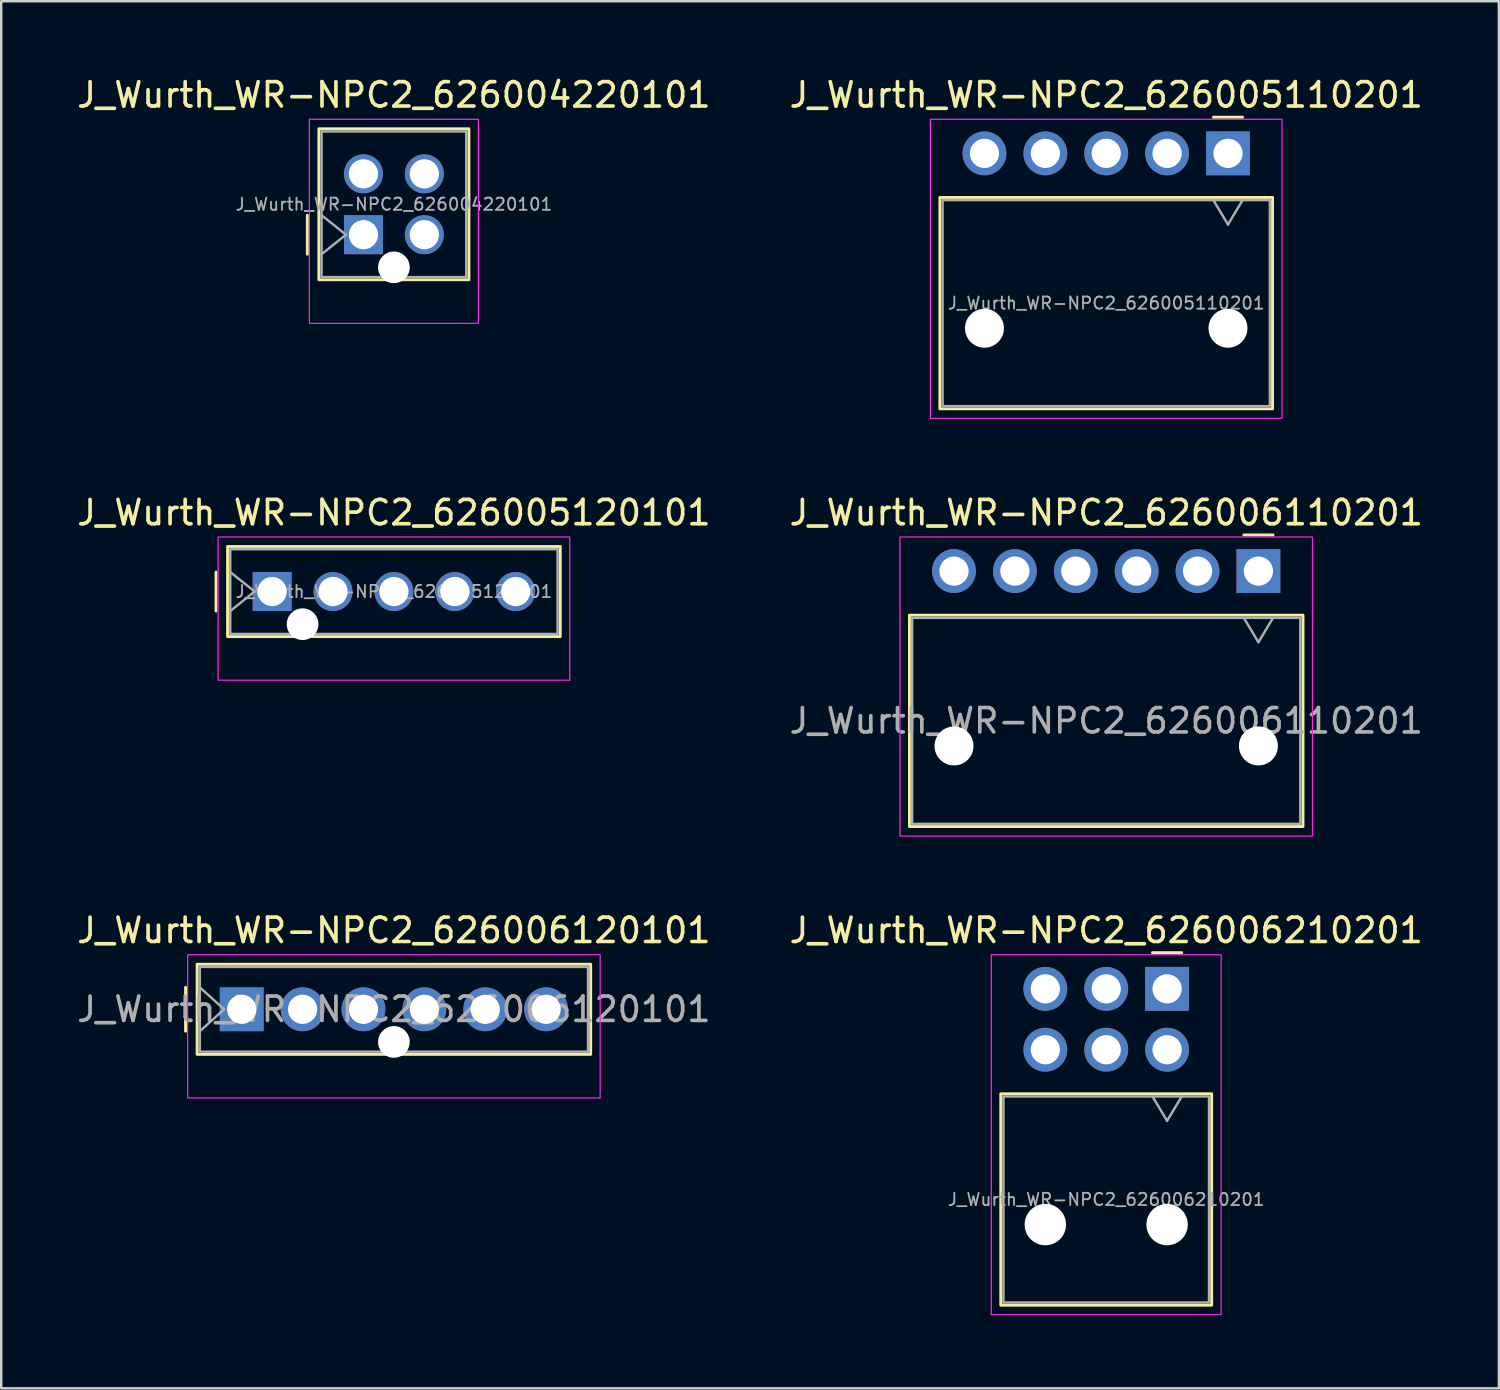
<source format=kicad_pcb>
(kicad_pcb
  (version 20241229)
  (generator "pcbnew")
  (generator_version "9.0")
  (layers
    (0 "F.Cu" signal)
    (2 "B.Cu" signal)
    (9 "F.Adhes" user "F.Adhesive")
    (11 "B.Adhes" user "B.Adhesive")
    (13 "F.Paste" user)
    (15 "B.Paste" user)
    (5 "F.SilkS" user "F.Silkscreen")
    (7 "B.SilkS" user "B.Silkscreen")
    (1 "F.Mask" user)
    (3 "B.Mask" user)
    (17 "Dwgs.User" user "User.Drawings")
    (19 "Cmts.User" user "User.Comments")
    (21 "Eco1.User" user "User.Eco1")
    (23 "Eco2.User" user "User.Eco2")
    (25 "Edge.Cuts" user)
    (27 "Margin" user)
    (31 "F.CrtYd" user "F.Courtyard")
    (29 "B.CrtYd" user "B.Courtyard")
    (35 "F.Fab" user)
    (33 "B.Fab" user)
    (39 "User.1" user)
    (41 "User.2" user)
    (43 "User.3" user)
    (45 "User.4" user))
  (footprint "J_Wurth_WR-NPC2_626006120101"
    (layer "F.Cu")
    (at 6.875 38.395)
    (property "Reference" "J_Wurth_WR-NPC2_626006120101" (at 6.25 -3.24 0) (unlocked yes) (layer "F.SilkS") (effects (font (size 1 1) (thickness 0.15))))
    (attr through_hole)
    (fp_line (start -2.305 -0.9) (end -2.305 0.9) (stroke (width 0.12) (type default)) (layer "F.SilkS"))
    (fp_rect (start -1.83 -1.85) (end 14.33 1.85) (stroke (width 0.12) (type default)) (fill no) (layer "F.SilkS"))
    (fp_rect (start -2.22 -2.24) (end 14.72 3.64) (stroke (width 0.05) (type default)) (fill no) (layer "F.CrtYd"))
    (fp_line (start -1.72 -0.9) (end -0.72 0) (stroke (width 0.1) (type default)) (layer "F.Fab"))
    (fp_line (start -1.72 0.9) (end -0.72 0) (stroke (width 0.1) (type default)) (layer "F.Fab"))
    (fp_rect (start -1.72 -1.74) (end 14.22 1.74) (stroke (width 0.1) (type default)) (fill no) (layer "F.Fab"))
    (fp_text user "${REFERENCE}" (at 6.25 0 0) (unlocked yes) (layer "F.Fab") (effects (font (size 1 1) (thickness 0.15))))
    (pad "" np_thru_hole circle (at 6.25 1.34) (size 1.3 1.3) (drill 1.3) (layers "*.Cu" "*.Mask"))
    (pad "1" thru_hole rect (at 0 0) (size 1.8 1.8) (drill 1.2) (layers "*.Cu" "*.Mask"))
    (pad "2" thru_hole circle (at 2.5 0) (size 1.8 1.8) (drill 1.2) (layers "*.Cu" "*.Mask"))
    (pad "3" thru_hole circle (at 5 0) (size 1.8 1.8) (drill 1.2) (layers "*.Cu" "*.Mask"))
    (pad "4" thru_hole circle (at 7.5 0) (size 1.8 1.8) (drill 1.2) (layers "*.Cu" "*.Mask"))
    (pad "5" thru_hole circle (at 10 0) (size 1.8 1.8) (drill 1.2) (layers "*.Cu" "*.Mask"))
    (pad "6" thru_hole circle (at 12.5 0) (size 1.8 1.8) (drill 1.2) (layers "*.Cu" "*.Mask")))
  (footprint "J_Wurth_WR-NPC2_626004220101"
    (layer "F.Cu")
    (at 11.875 6.588)
    (property "Reference" "J_Wurth_WR-NPC2_626004220101" (at 1.25 -5.74 0) (unlocked yes) (layer "F.SilkS") (effects (font (size 1 1) (thickness 0.15))))
    (attr through_hole)
    (fp_line (start -2.305 -0.8) (end -2.305 0.8) (stroke (width 0.12) (type default)) (layer "F.SilkS"))
    (fp_rect (start -1.83 -4.35) (end 4.33 1.85) (stroke (width 0.12) (type default)) (fill no) (layer "F.SilkS"))
    (fp_rect (start -2.22 -4.74) (end 4.72 3.64) (stroke (width 0.05) (type default)) (fill no) (layer "F.CrtYd"))
    (fp_line (start -1.72 -0.8) (end -0.72 0) (stroke (width 0.1) (type default)) (layer "F.Fab"))
    (fp_line (start -1.72 0.8) (end -0.72 0) (stroke (width 0.1) (type default)) (layer "F.Fab"))
    (fp_rect (start -1.72 -4.24) (end 4.22 1.74) (stroke (width 0.1) (type default)) (fill no) (layer "F.Fab"))
    (fp_text user "${REFERENCE}" (at 1.25 -1.25 0) (unlocked yes) (layer "F.Fab") (effects (font (size 0.5 0.5) (thickness 0.075))))
    (pad "" np_thru_hole circle (at 1.25 1.34) (size 1.3 1.3) (drill 1.3) (layers "*.Cu" "*.Mask"))
    (pad "1" thru_hole rect (at 0 0) (size 1.6 1.6) (drill 1.2) (layers "*.Cu" "*.Mask"))
    (pad "2" thru_hole circle (at 2.5 0) (size 1.6 1.6) (drill 1.2) (layers "*.Cu" "*.Mask"))
    (pad "3" thru_hole circle (at 0 -2.5) (size 1.6 1.6) (drill 1.2) (layers "*.Cu" "*.Mask"))
    (pad "4" thru_hole circle (at 2.5 -2.5) (size 1.6 1.6) (drill 1.2) (layers "*.Cu" "*.Mask")))
  (footprint "J_Wurth_WR-NPC2_626006110201"
    (layer "F.Cu")
    (at 48.625 20.401)
    (property "Reference" "J_Wurth_WR-NPC2_626006110201" (at -6.25 -2.4 0) (unlocked yes) (layer "F.SilkS") (effects (font (size 1 1) (thickness 0.15))))
    (attr through_hole)
    (fp_line (start -0.6 -1.485) (end 0.6 -1.485) (stroke (width 0.12) (type default)) (layer "F.SilkS"))
    (fp_rect (start -14.33 1.81) (end 1.83 10.49) (stroke (width 0.12) (type default)) (fill no) (layer "F.SilkS"))
    (fp_rect (start -14.72 -1.4) (end 2.22 10.88) (stroke (width 0.05) (type default)) (fill no) (layer "F.CrtYd"))
    (fp_line (start -0.6 1.92) (end 0 2.92) (stroke (width 0.1) (type default)) (layer "F.Fab"))
    (fp_line (start 0.6 1.92) (end 0 2.92) (stroke (width 0.1) (type default)) (layer "F.Fab"))
    (fp_rect (start -14.22 1.92) (end 1.72 10.38) (stroke (width 0.1) (type default)) (fill no) (layer "F.Fab"))
    (fp_text user "${REFERENCE}" (at -6.25 6.15 0) (unlocked yes) (layer "F.Fab") (effects (font (size 1 1) (thickness 0.15))))
    (pad "" np_thru_hole circle (at -12.5 7.18) (size 1.6 1.6) (drill 1.6) (layers "*.Cu" "*.Mask"))
    (pad "" np_thru_hole circle (at 0 7.18) (size 1.6 1.6) (drill 1.6) (layers "*.Cu" "*.Mask"))
    (pad "1" thru_hole rect (at 0 0) (size 1.8 1.8) (drill 1.2) (layers "*.Cu" "*.Mask"))
    (pad "2" thru_hole circle (at -2.5 0) (size 1.8 1.8) (drill 1.2) (layers "*.Cu" "*.Mask"))
    (pad "3" thru_hole circle (at -5 0) (size 1.8 1.8) (drill 1.2) (layers "*.Cu" "*.Mask"))
    (pad "4" thru_hole circle (at -7.5 0) (size 1.8 1.8) (drill 1.2) (layers "*.Cu" "*.Mask"))
    (pad "5" thru_hole circle (at -10 0) (size 1.8 1.8) (drill 1.2) (layers "*.Cu" "*.Mask"))
    (pad "6" thru_hole circle (at -12.5 0) (size 1.8 1.8) (drill 1.2) (layers "*.Cu" "*.Mask")))
  (footprint "J_Wurth_WR-NPC2_626005110201"
    (layer "F.Cu")
    (at 47.375 3.248)
    (property "Reference" "J_Wurth_WR-NPC2_626005110201" (at -5 -2.4 0) (unlocked yes) (layer "F.SilkS") (effects (font (size 1 1) (thickness 0.15))))
    (attr through_hole)
    (fp_line (start -0.6 -1.485) (end 0.6 -1.485) (stroke (width 0.12) (type default)) (layer "F.SilkS"))
    (fp_rect (start -11.83 1.81) (end 1.83 10.49) (stroke (width 0.12) (type default)) (fill no) (layer "F.SilkS"))
    (fp_rect (start -12.22 -1.4) (end 2.22 10.88) (stroke (width 0.05) (type default)) (fill no) (layer "F.CrtYd"))
    (fp_line (start -0.6 1.92) (end 0 2.92) (stroke (width 0.1) (type default)) (layer "F.Fab"))
    (fp_line (start 0.6 1.92) (end 0 2.92) (stroke (width 0.1) (type default)) (layer "F.Fab"))
    (fp_rect (start -11.72 1.92) (end 1.72 10.38) (stroke (width 0.1) (type default)) (fill no) (layer "F.Fab"))
    (fp_text user "${REFERENCE}" (at -5 6.15 0) (unlocked yes) (layer "F.Fab") (effects (font (size 0.5 0.5) (thickness 0.075))))
    (pad "" np_thru_hole circle (at -10 7.18) (size 1.6 1.6) (drill 1.6) (layers "*.Cu" "*.Mask"))
    (pad "" np_thru_hole circle (at 0 7.18) (size 1.6 1.6) (drill 1.6) (layers "*.Cu" "*.Mask"))
    (pad "1" thru_hole rect (at 0 0) (size 1.8 1.8) (drill 1.2) (layers "*.Cu" "*.Mask"))
    (pad "2" thru_hole circle (at -2.5 0) (size 1.8 1.8) (drill 1.2) (layers "*.Cu" "*.Mask"))
    (pad "3" thru_hole circle (at -5 0) (size 1.8 1.8) (drill 1.2) (layers "*.Cu" "*.Mask"))
    (pad "4" thru_hole circle (at -7.5 0) (size 1.8 1.8) (drill 1.2) (layers "*.Cu" "*.Mask"))
    (pad "5" thru_hole circle (at -10 0) (size 1.8 1.8) (drill 1.2) (layers "*.Cu" "*.Mask")))
  (footprint "J_Wurth_WR-NPC2_626005120101"
    (layer "F.Cu")
    (at 8.125 21.241)
    (property "Reference" "J_Wurth_WR-NPC2_626005120101" (at 5 -3.24 0) (unlocked yes) (layer "F.SilkS") (effects (font (size 1 1) (thickness 0.15))))
    (attr through_hole)
    (fp_line (start -2.305 -0.8) (end -2.305 0.8) (stroke (width 0.12) (type default)) (layer "F.SilkS"))
    (fp_rect (start -1.83 -1.85) (end 11.83 1.85) (stroke (width 0.12) (type default)) (fill no) (layer "F.SilkS"))
    (fp_rect (start -2.22 -2.24) (end 12.22 3.64) (stroke (width 0.05) (type default)) (fill no) (layer "F.CrtYd"))
    (fp_line (start -1.72 -0.8) (end -0.72 0) (stroke (width 0.1) (type default)) (layer "F.Fab"))
    (fp_line (start -1.72 0.8) (end -0.72 0) (stroke (width 0.1) (type default)) (layer "F.Fab"))
    (fp_rect (start -1.72 -1.74) (end 11.72 1.74) (stroke (width 0.1) (type default)) (fill no) (layer "F.Fab"))
    (fp_text user "${REFERENCE}" (at 5 0 0) (unlocked yes) (layer "F.Fab") (effects (font (size 0.5 0.5) (thickness 0.075))))
    (pad "" np_thru_hole circle (at 1.25 1.34) (size 1.3 1.3) (drill 1.3) (layers "*.Cu" "*.Mask"))
    (pad "1" thru_hole rect (at 0 0) (size 1.6 1.6) (drill 1.2) (layers "*.Cu" "*.Mask"))
    (pad "2" thru_hole circle (at 2.5 0) (size 1.6 1.6) (drill 1.2) (layers "*.Cu" "*.Mask"))
    (pad "3" thru_hole circle (at 5 0) (size 1.6 1.6) (drill 1.2) (layers "*.Cu" "*.Mask"))
    (pad "4" thru_hole circle (at 7.5 0) (size 1.6 1.6) (drill 1.2) (layers "*.Cu" "*.Mask"))
    (pad "5" thru_hole circle (at 10 0) (size 1.6 1.6) (drill 1.2) (layers "*.Cu" "*.Mask")))
  (footprint "J_Wurth_WR-NPC2_626006210201"
    (layer "F.Cu")
    (at 44.875 37.555)
    (property "Reference" "J_Wurth_WR-NPC2_626006210201" (at -2.5 -2.4 0) (unlocked yes) (layer "F.SilkS") (effects (font (size 1 1) (thickness 0.15))))
    (attr through_hole)
    (fp_line (start -0.6 -1.485) (end 0.6 -1.485) (stroke (width 0.12) (type default)) (layer "F.SilkS"))
    (fp_rect (start -6.83 4.31) (end 1.83 12.99) (stroke (width 0.12) (type default)) (fill no) (layer "F.SilkS"))
    (fp_rect (start -7.22 -1.4) (end 2.22 13.38) (stroke (width 0.05) (type default)) (fill no) (layer "F.CrtYd"))
    (fp_line (start -0.6 4.42) (end 0 5.42) (stroke (width 0.1) (type default)) (layer "F.Fab"))
    (fp_line (start 0.6 4.42) (end 0 5.42) (stroke (width 0.1) (type default)) (layer "F.Fab"))
    (fp_rect (start -6.72 4.42) (end 1.72 12.88) (stroke (width 0.1) (type default)) (fill no) (layer "F.Fab"))
    (fp_text user "${REFERENCE}" (at -2.5 8.65 0) (unlocked yes) (layer "F.Fab") (effects (font (size 0.5 0.5) (thickness 0.075))))
    (pad "" np_thru_hole circle (at -5 9.68) (size 1.7 1.7) (drill 1.7) (layers "*.Cu" "*.Mask"))
    (pad "" np_thru_hole circle (at 0 9.68) (size 1.7 1.7) (drill 1.7) (layers "*.Cu" "*.Mask"))
    (pad "1" thru_hole rect (at 0 0) (size 1.8 1.8) (drill 1.2) (layers "*.Cu" "*.Mask"))
    (pad "2" thru_hole circle (at -2.5 0) (size 1.8 1.8) (drill 1.2) (layers "*.Cu" "*.Mask"))
    (pad "3" thru_hole circle (at -5 0) (size 1.8 1.8) (drill 1.2) (layers "*.Cu" "*.Mask"))
    (pad "4" thru_hole circle (at 0 2.5) (size 1.8 1.8) (drill 1.2) (layers "*.Cu" "*.Mask"))
    (pad "5" thru_hole circle (at -2.5 2.5) (size 1.8 1.8) (drill 1.2) (layers "*.Cu" "*.Mask"))
    (pad "6" thru_hole circle (at -5 2.5) (size 1.8 1.8) (drill 1.2) (layers "*.Cu" "*.Mask")))
  (gr_rect
    (start -3 -3)
    (end 58.5 53.96)
    (stroke (width 0.1) (type default))
    (fill no)
    (layer "Edge.Cuts")))
</source>
